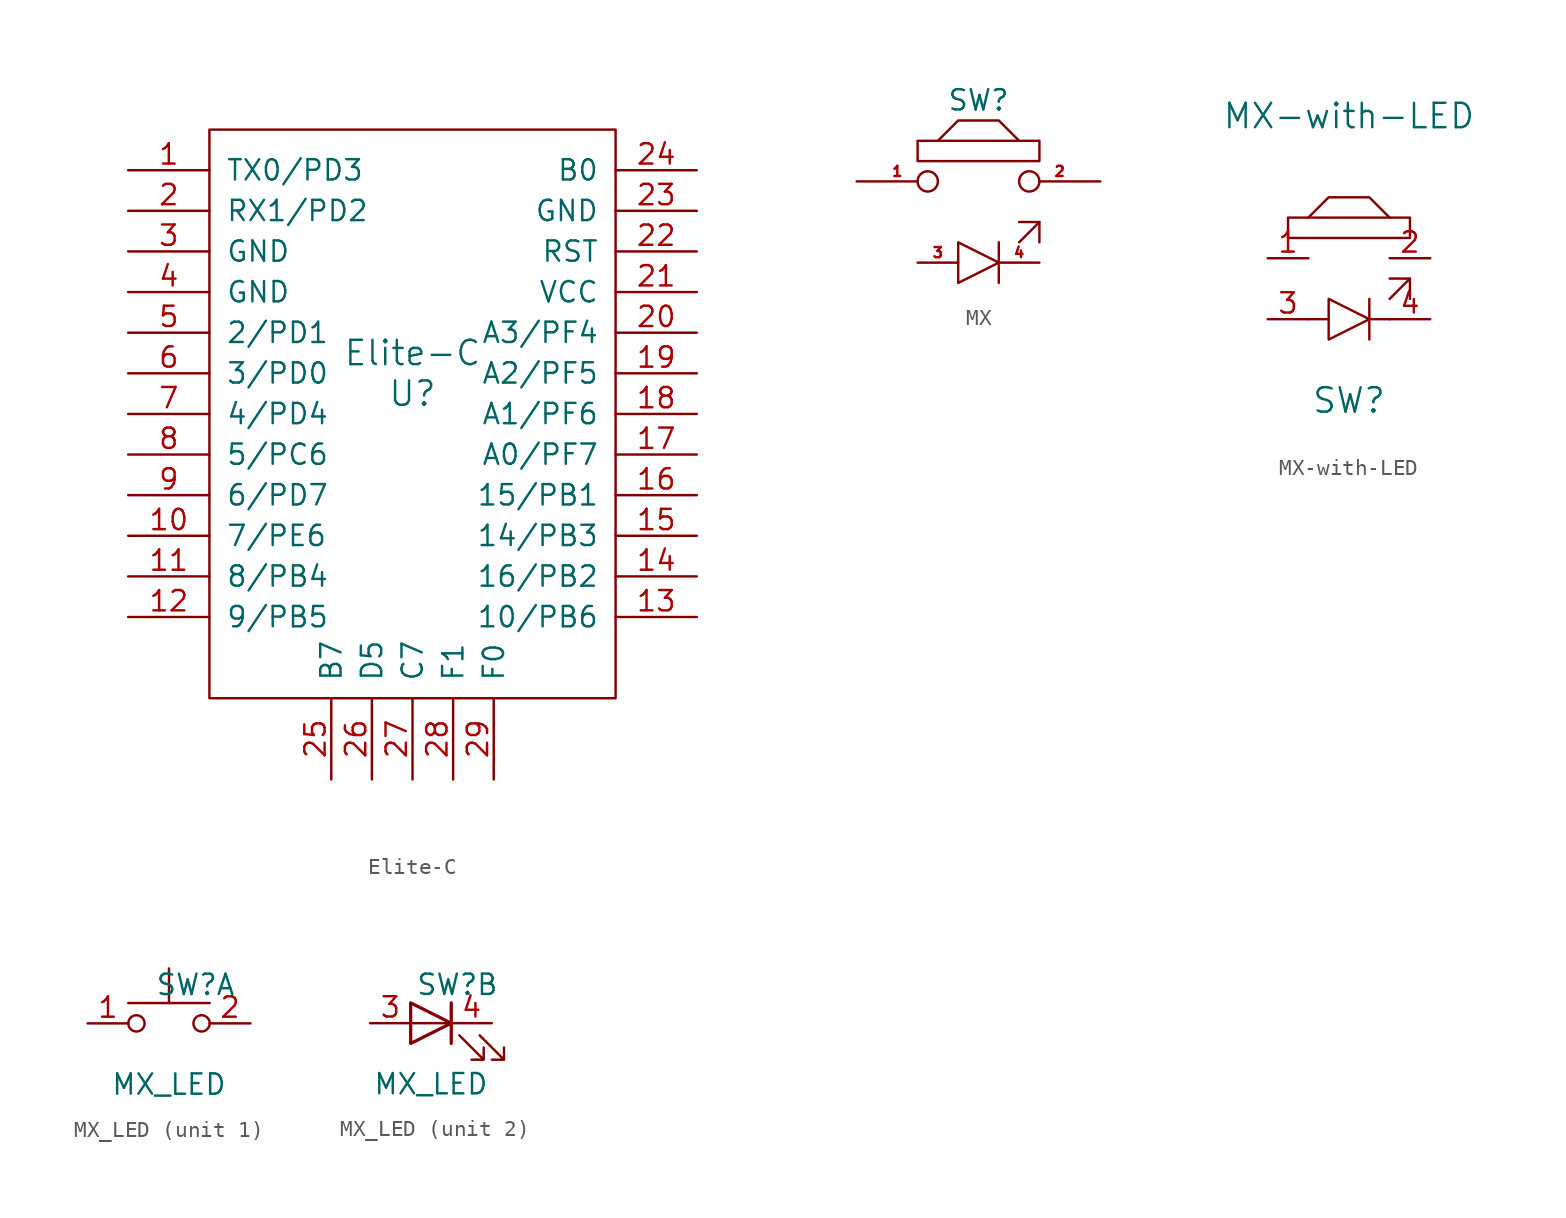
<source format=kicad_sym>
(kicad_symbol_lib
  (version 20211014)
  (generator kicad_symbol_editor)
  (symbol "Elite-C"
    (pin_names
      (offset 1.016))
    (property "Reference" "U"
      (at 0 0 0)
      (effects (font (size 1.524 1.524))))
    (property "Value" "Elite-C"
      (at 0 2.54 0)
      (effects (font (size 1.524 1.524))))
    (symbol "Elite-C_0_1"
      (rectangle (start 12.7 -19.05) (end -12.7 16.51) (stroke (width 0) (type default) (color 0 0 0 0)) (fill (type none))))
    (symbol "Elite-C_1_1"
      (pin input line (at -17.78 13.97 0) (length 5.08) (name "TX0/PD3" (effects (font (size 1.27 1.27)))) (number "1" (effects (font (size 1.27 1.27)))))
      (pin input line (at -17.78 -8.89 0) (length 5.08) (name "7/PE6" (effects (font (size 1.27 1.27)))) (number "10" (effects (font (size 1.27 1.27)))))
      (pin input line (at -17.78 -11.43 0) (length 5.08) (name "8/PB4" (effects (font (size 1.27 1.27)))) (number "11" (effects (font (size 1.27 1.27)))))
      (pin input line (at -17.78 -13.97 0) (length 5.08) (name "9/PB5" (effects (font (size 1.27 1.27)))) (number "12" (effects (font (size 1.27 1.27)))))
      (pin input line (at 17.78 -13.97 180) (length 5.08) (name "10/PB6" (effects (font (size 1.27 1.27)))) (number "13" (effects (font (size 1.27 1.27)))))
      (pin input line (at 17.78 -11.43 180) (length 5.08) (name "16/PB2" (effects (font (size 1.27 1.27)))) (number "14" (effects (font (size 1.27 1.27)))))
      (pin input line (at 17.78 -8.89 180) (length 5.08) (name "14/PB3" (effects (font (size 1.27 1.27)))) (number "15" (effects (font (size 1.27 1.27)))))
      (pin input line (at 17.78 -6.35 180) (length 5.08) (name "15/PB1" (effects (font (size 1.27 1.27)))) (number "16" (effects (font (size 1.27 1.27)))))
      (pin input line (at 17.78 -3.81 180) (length 5.08) (name "A0/PF7" (effects (font (size 1.27 1.27)))) (number "17" (effects (font (size 1.27 1.27)))))
      (pin input line (at 17.78 -1.27 180) (length 5.08) (name "A1/PF6" (effects (font (size 1.27 1.27)))) (number "18" (effects (font (size 1.27 1.27)))))
      (pin input line (at 17.78 1.27 180) (length 5.08) (name "A2/PF5" (effects (font (size 1.27 1.27)))) (number "19" (effects (font (size 1.27 1.27)))))
      (pin input line (at -17.78 11.43 0) (length 5.08) (name "RX1/PD2" (effects (font (size 1.27 1.27)))) (number "2" (effects (font (size 1.27 1.27)))))
      (pin input line (at 17.78 3.81 180) (length 5.08) (name "A3/PF4" (effects (font (size 1.27 1.27)))) (number "20" (effects (font (size 1.27 1.27)))))
      (pin input line (at 17.78 6.35 180) (length 5.08) (name "VCC" (effects (font (size 1.27 1.27)))) (number "21" (effects (font (size 1.27 1.27)))))
      (pin input line (at 17.78 8.89 180) (length 5.08) (name "RST" (effects (font (size 1.27 1.27)))) (number "22" (effects (font (size 1.27 1.27)))))
      (pin input line (at 17.78 11.43 180) (length 5.08) (name "GND" (effects (font (size 1.27 1.27)))) (number "23" (effects (font (size 1.27 1.27)))))
      (pin input line (at 17.78 13.97 180) (length 5.08) (name "B0" (effects (font (size 1.27 1.27)))) (number "24" (effects (font (size 1.27 1.27)))))
      (pin input line (at -5.08 -24.13 90) (length 5.08) (name "B7" (effects (font (size 1.27 1.27)))) (number "25" (effects (font (size 1.27 1.27)))))
      (pin input line (at -2.54 -24.13 90) (length 5.08) (name "D5" (effects (font (size 1.27 1.27)))) (number "26" (effects (font (size 1.27 1.27)))))
      (pin input line (at 0 -24.13 90) (length 5.08) (name "C7" (effects (font (size 1.27 1.27)))) (number "27" (effects (font (size 1.27 1.27)))))
      (pin input line (at 2.54 -24.13 90) (length 5.08) (name "F1" (effects (font (size 1.27 1.27)))) (number "28" (effects (font (size 1.27 1.27)))))
      (pin input line (at 5.08 -24.13 90) (length 5.08) (name "F0" (effects (font (size 1.27 1.27)))) (number "29" (effects (font (size 1.27 1.27)))))
      (pin input line (at -17.78 8.89 0) (length 5.08) (name "GND" (effects (font (size 1.27 1.27)))) (number "3" (effects (font (size 1.27 1.27)))))
      (pin input line (at -17.78 6.35 0) (length 5.08) (name "GND" (effects (font (size 1.27 1.27)))) (number "4" (effects (font (size 1.27 1.27)))))
      (pin input line (at -17.78 3.81 0) (length 5.08) (name "2/PD1" (effects (font (size 1.27 1.27)))) (number "5" (effects (font (size 1.27 1.27)))))
      (pin input line (at -17.78 1.27 0) (length 5.08) (name "3/PD0" (effects (font (size 1.27 1.27)))) (number "6" (effects (font (size 1.27 1.27)))))
      (pin input line (at -17.78 -1.27 0) (length 5.08) (name "4/PD4" (effects (font (size 1.27 1.27)))) (number "7" (effects (font (size 1.27 1.27)))))
      (pin input line (at -17.78 -3.81 0) (length 5.08) (name "5/PC6" (effects (font (size 1.27 1.27)))) (number "8" (effects (font (size 1.27 1.27)))))
      (pin input line (at -17.78 -6.35 0) (length 5.08) (name "6/PD7" (effects (font (size 1.27 1.27)))) (number "9" (effects (font (size 1.27 1.27)))))))
  (symbol "MX"
    (pin_names
      (offset 1.016))
    (property "Reference" "SW"
      (at 0 5.08 0)
      (effects (font (size 1.27 1.27))))
    (symbol "MX_0_1"
      (polyline (pts (xy 1.27 -3.81) (xy 1.27 -6.35)) (stroke (width 0) (type default) (color 0 0 0 0)) (fill (type none)))
      (polyline (pts (xy 2.54 -3.81) (xy 3.81 -2.54)) (stroke (width 0) (type default) (color 0 0 0 0)) (fill (type none)))
      (polyline (pts (xy 3.81 -3.81) (xy 3.81 -2.54) (xy 2.54 -2.54)) (stroke (width 0) (type default) (color 0 0 0 0)) (fill (type none)))
      (polyline (pts (xy -2.54 2.54) (xy -1.27 3.81) (xy 1.27 3.81) (xy 2.54 2.54)) (stroke (width 0) (type default) (color 0 0 0 0)) (fill (type none)))
      (polyline (pts (xy -1.27 -3.81) (xy -1.27 -6.35) (xy 1.27 -5.08) (xy -1.27 -3.81)) (stroke (width 0) (type default) (color 0 0 0 0)) (fill (type none)))
      (polyline (pts (xy -3.81 1.27) (xy 3.81 1.27) (xy 3.81 2.54) (xy -3.81 2.54) (xy -3.81 1.27)) (stroke (width 0) (type default) (color 0 0 0 0)) (fill (type none))))
    (symbol "MX_1_1"
      (pin input inverted (at -7.62 0 0) (length 5.08) (name "~" (effects (font (size 1.27 1.27)))) (number "1" (effects (font (size 0.635 0.635)))))
      (pin input inverted (at 7.62 0 180) (length 5.08) (name "~" (effects (font (size 1.27 1.27)))) (number "2" (effects (font (size 0.635 0.635)))))
      (pin input line (at -3.81 -5.08 0) (length 2.54) (name "~" (effects (font (size 1.27 1.27)))) (number "3" (effects (font (size 0.635 0.635)))))
      (pin input line (at 3.81 -5.08 180) (length 2.54) (name "~" (effects (font (size 1.27 1.27)))) (number "4" (effects (font (size 0.635 0.635)))))))
  (symbol "MX-with-LED"
    (pin_names
      (offset 1.016))
    (property "Reference" "SW"
      (at 0 -8.89 0)
      (effects (font (size 1.524 1.524))))
    (property "Value" "MX-with-LED"
      (at 0 8.89 0)
      (effects (font (size 1.524 1.524))))
    (symbol "MX-with-LED_0_1"
      (polyline (pts (xy -1.27 -3.81) (xy -2.54 -3.81)) (stroke (width 0) (type default) (color 0 0 0 0)) (fill (type none)))
      (polyline (pts (xy 1.27 -2.54) (xy 1.27 -5.08)) (stroke (width 0) (type default) (color 0 0 0 0)) (fill (type none)))
      (polyline (pts (xy 2.54 -3.81) (xy 1.27 -3.81)) (stroke (width 0) (type default) (color 0 0 0 0)) (fill (type none)))
      (polyline (pts (xy 2.54 -2.54) (xy 3.81 -1.27)) (stroke (width 0) (type default) (color 0 0 0 0)) (fill (type none)))
      (polyline (pts (xy 3.81 -2.54) (xy 3.81 -1.27) (xy 2.54 -1.27)) (stroke (width 0) (type default) (color 0 0 0 0)) (fill (type none)))
      (polyline (pts (xy -2.54 2.54) (xy -1.27 3.81) (xy 1.27 3.81) (xy 2.54 2.54)) (stroke (width 0) (type default) (color 0 0 0 0)) (fill (type none)))
      (polyline (pts (xy -1.27 -2.54) (xy -1.27 -5.08) (xy 1.27 -3.81) (xy -1.27 -2.54)) (stroke (width 0) (type default) (color 0 0 0 0)) (fill (type none)))
      (polyline (pts (xy -3.81 1.27) (xy 3.81 1.27) (xy 3.81 2.54) (xy -3.81 2.54) (xy -3.81 1.27)) (stroke (width 0) (type default) (color 0 0 0 0)) (fill (type none))))
    (symbol "MX-with-LED_1_1"
      (pin input line (at -5.08 0 0) (length 2.54) (name "~" (effects (font (size 1.27 1.27)))) (number "1" (effects (font (size 1.27 1.27)))))
      (pin input line (at 5.08 0 180) (length 2.54) (name "~" (effects (font (size 1.27 1.27)))) (number "2" (effects (font (size 1.27 1.27)))))
      (pin input line (at -5.08 -3.81 0) (length 2.54) (name "~" (effects (font (size 1.27 1.27)))) (number "3" (effects (font (size 1.27 1.27)))))
      (pin input line (at 5.08 -3.81 180) (length 2.54) (name "~" (effects (font (size 1.27 1.27)))) (number "4" (effects (font (size 1.27 1.27)))))))
  (symbol "MX_LED"
    (pin_names
      (offset 1.016) hide)
    (property "Reference" "SW"
      (at 1.651 2.413 0)
      (effects (font (size 1.27 1.27))))
    (property "Value" "MX_LED"
      (at 0 -3.81 0)
      (effects (font (size 1.27 1.27))))
    (property "ki_locked" ""
      (at 0 0 0)
      (effects (font (size 1.27 1.27))))
    (symbol "MX_LED_1_1"
      (circle (center -2.032 0) (radius 0.508) (stroke (width 0) (type default) (color 0 0 0 0)) (fill (type none)))
      (polyline (pts (xy -2.54 1.27) (xy 2.54 1.27)) (stroke (width 0) (type default) (color 0 0 0 0)) (fill (type none)))
      (polyline (pts (xy 0 1.27) (xy 0 3.429)) (stroke (width 0) (type default) (color 0 0 0 0)) (fill (type none)))
      (circle (center 2.032 0) (radius 0.508) (stroke (width 0) (type default) (color 0 0 0 0)) (fill (type none)))
      (pin passive line (at -5.08 0 0) (length 2.54) (name "1" (effects (font (size 1.27 1.27)))) (number "1" (effects (font (size 1.27 1.27)))))
      (pin passive line (at 5.08 0 180) (length 2.54) (name "2" (effects (font (size 1.27 1.27)))) (number "2" (effects (font (size 1.27 1.27))))))
    (symbol "MX_LED_2_1"
      (polyline (pts (xy 1.27 -1.27) (xy 1.27 1.27)) (stroke (width 0.203) (type default) (color 0 0 0 0)) (fill (type none)))
      (polyline (pts (xy 1.27 0) (xy -1.27 0)) (stroke (width 0) (type default) (color 0 0 0 0)) (fill (type none)))
      (polyline (pts (xy -1.27 -1.27) (xy -1.27 1.27) (xy 1.27 0) (xy -1.27 -1.27)) (stroke (width 0.203) (type default) (color 0 0 0 0)) (fill (type none)))
      (polyline (pts (xy 1.778 -0.762) (xy 3.302 -2.286) (xy 2.54 -2.286) (xy 3.302 -2.286) (xy 3.302 -1.524)) (stroke (width 0) (type default) (color 0 0 0 0)) (fill (type none)))
      (polyline (pts (xy 3.048 -0.762) (xy 4.572 -2.286) (xy 3.81 -2.286) (xy 4.572 -2.286) (xy 4.572 -1.524)) (stroke (width 0) (type default) (color 0 0 0 0)) (fill (type none)))
      (pin passive line (at -3.81 0 0) (length 2.54) (name "3" (effects (font (size 1.27 1.27)))) (number "3" (effects (font (size 1.27 1.27)))))
      (pin passive line (at 3.81 0 180) (length 2.54) (name "4" (effects (font (size 1.27 1.27)))) (number "4" (effects (font (size 1.27 1.27))))))))
</source>
